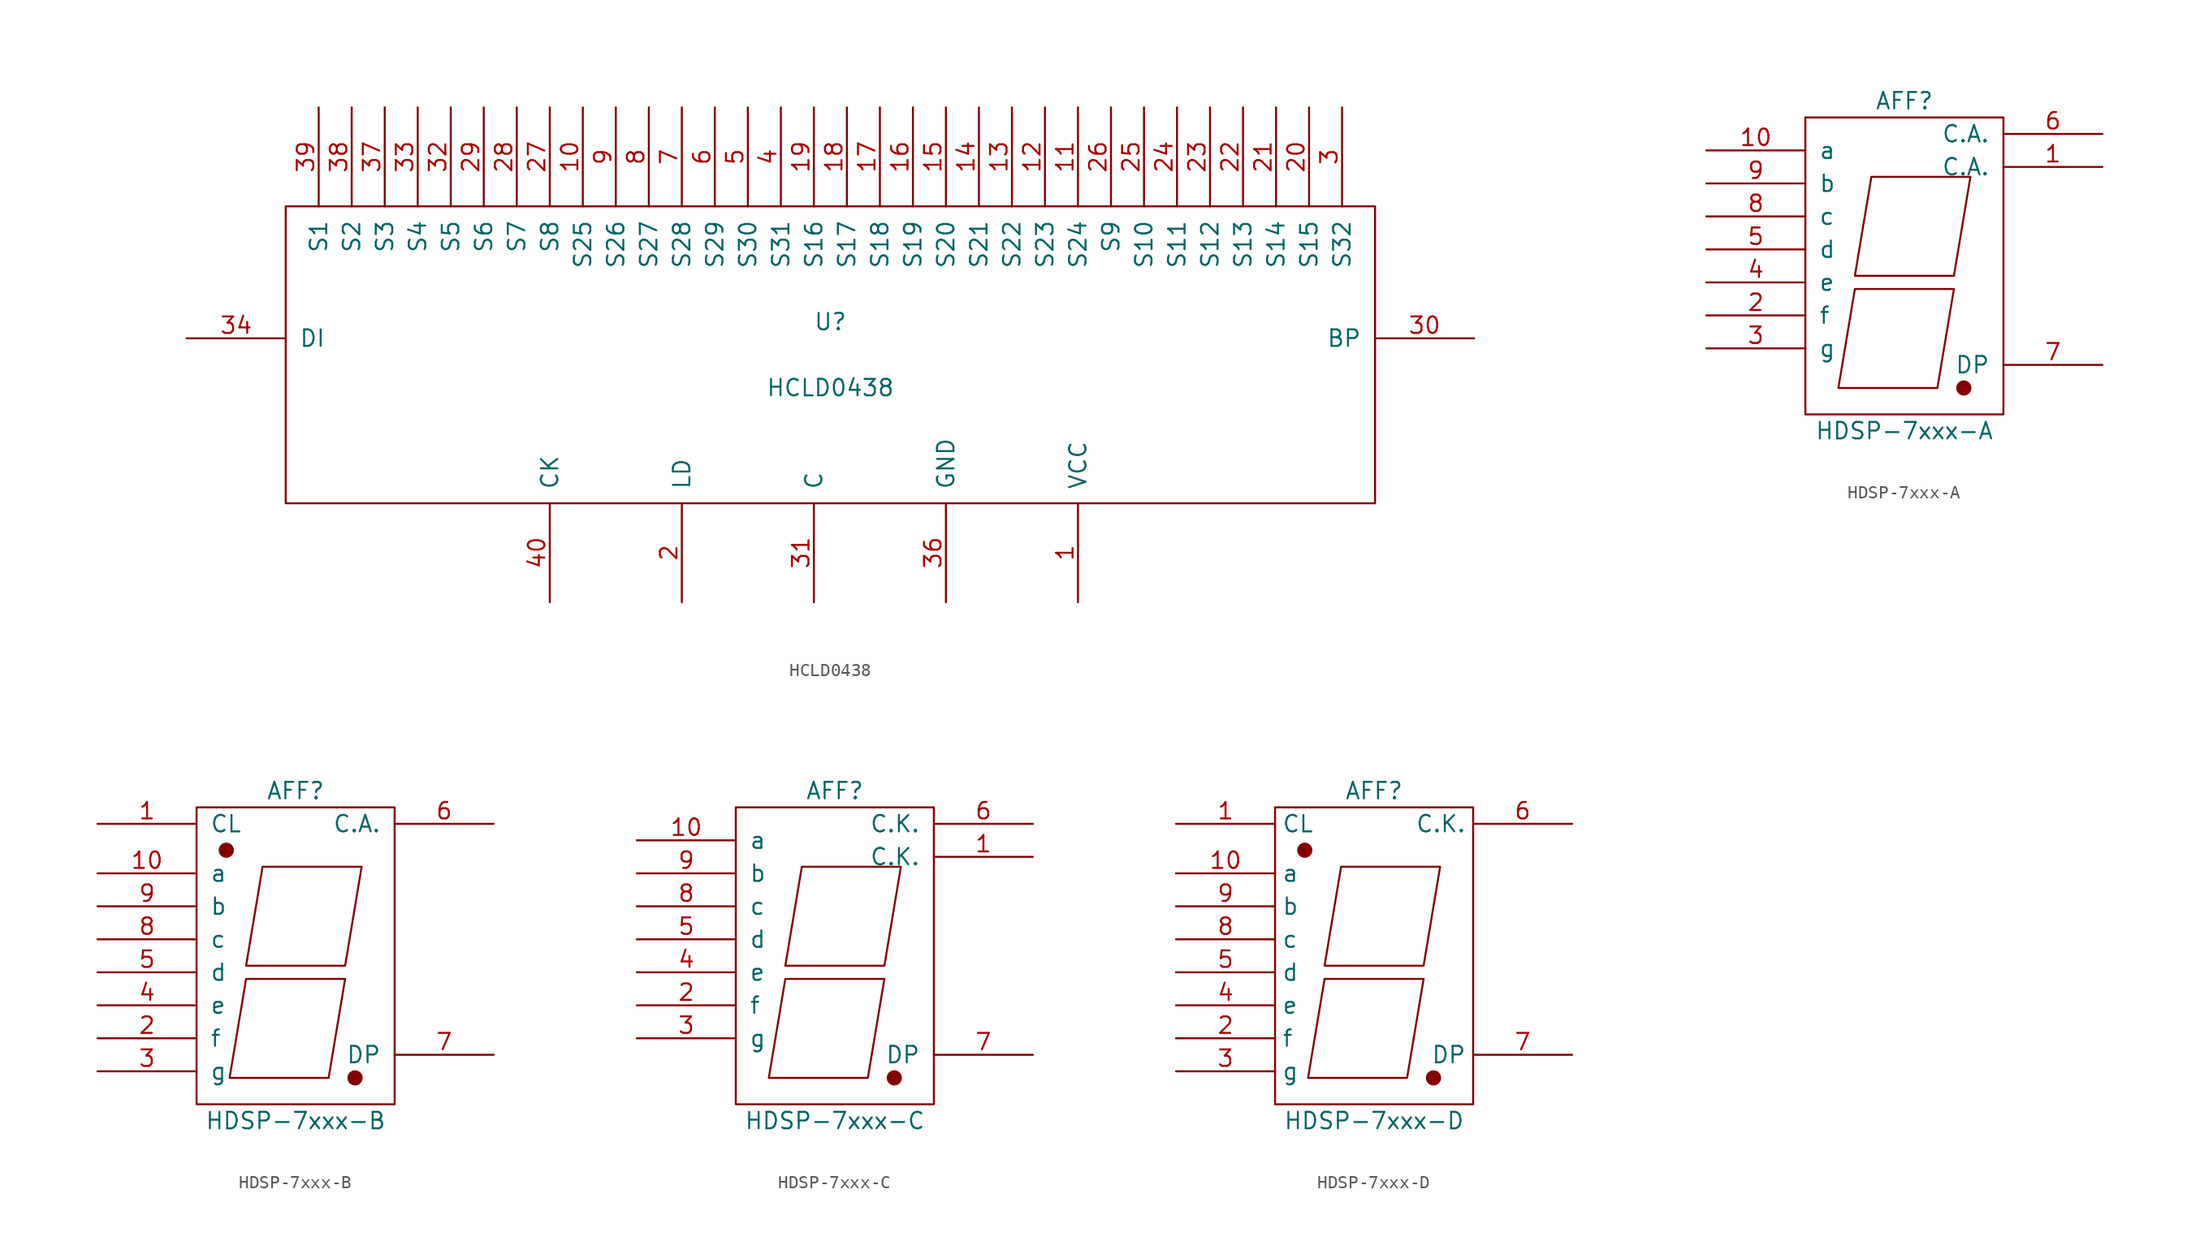
<source format=kicad_sym>
(kicad_symbol_lib
  (version 20231120)
  (generator "kicad_symbol_editor")
  (generator_version "8.0")
  (symbol "HCLD0438"
    (pin_names
      (offset 1.016))
    (property "Reference" "U"
      (at 0 2.54 0)
      (effects (font (size 1.27 1.27))))
    (property "Value" "HCLD0438"
      (at 0 -2.54 0)
      (effects (font (size 1.27 1.27))))
    (symbol "HCLD0438_0_1"
      (rectangle (start -41.91 -11.43) (end 41.91 11.43) (stroke (width 0) (type default)) (fill (type none))))
    (symbol "HCLD0438_1_1"
      (pin input line (at 19.05 -19.05 90) (length 7.62) (name "VCC" (effects (font (size 1.27 1.27)))) (number "1" (effects (font (size 1.27 1.27)))))
      (pin output line (at -19.05 19.05 270) (length 7.62) (name "S25" (effects (font (size 1.27 1.27)))) (number "10" (effects (font (size 1.27 1.27)))))
      (pin output line (at 19.05 19.05 270) (length 7.62) (name "S24" (effects (font (size 1.27 1.27)))) (number "11" (effects (font (size 1.27 1.27)))))
      (pin output line (at 16.51 19.05 270) (length 7.62) (name "S23" (effects (font (size 1.27 1.27)))) (number "12" (effects (font (size 1.27 1.27)))))
      (pin output line (at 13.97 19.05 270) (length 7.62) (name "S22" (effects (font (size 1.27 1.27)))) (number "13" (effects (font (size 1.27 1.27)))))
      (pin output line (at 11.43 19.05 270) (length 7.62) (name "S21" (effects (font (size 1.27 1.27)))) (number "14" (effects (font (size 1.27 1.27)))))
      (pin output line (at 8.89 19.05 270) (length 7.62) (name "S20" (effects (font (size 1.27 1.27)))) (number "15" (effects (font (size 1.27 1.27)))))
      (pin output line (at 6.35 19.05 270) (length 7.62) (name "S19" (effects (font (size 1.27 1.27)))) (number "16" (effects (font (size 1.27 1.27)))))
      (pin output line (at 3.81 19.05 270) (length 7.62) (name "S18" (effects (font (size 1.27 1.27)))) (number "17" (effects (font (size 1.27 1.27)))))
      (pin output line (at 1.27 19.05 270) (length 7.62) (name "S17" (effects (font (size 1.27 1.27)))) (number "18" (effects (font (size 1.27 1.27)))))
      (pin output line (at -1.27 19.05 270) (length 7.62) (name "S16" (effects (font (size 1.27 1.27)))) (number "19" (effects (font (size 1.27 1.27)))))
      (pin input line (at -11.43 -19.05 90) (length 7.62) (name "LD" (effects (font (size 1.27 1.27)))) (number "2" (effects (font (size 1.27 1.27)))))
      (pin output line (at 36.83 19.05 270) (length 7.62) (name "S15" (effects (font (size 1.27 1.27)))) (number "20" (effects (font (size 1.27 1.27)))))
      (pin output line (at 34.29 19.05 270) (length 7.62) (name "S14" (effects (font (size 1.27 1.27)))) (number "21" (effects (font (size 1.27 1.27)))))
      (pin output line (at 31.75 19.05 270) (length 7.62) (name "S13" (effects (font (size 1.27 1.27)))) (number "22" (effects (font (size 1.27 1.27)))))
      (pin output line (at 29.21 19.05 270) (length 7.62) (name "S12" (effects (font (size 1.27 1.27)))) (number "23" (effects (font (size 1.27 1.27)))))
      (pin output line (at 26.67 19.05 270) (length 7.62) (name "S11" (effects (font (size 1.27 1.27)))) (number "24" (effects (font (size 1.27 1.27)))))
      (pin output line (at 24.13 19.05 270) (length 7.62) (name "S10" (effects (font (size 1.27 1.27)))) (number "25" (effects (font (size 1.27 1.27)))))
      (pin output line (at 21.59 19.05 270) (length 7.62) (name "S9" (effects (font (size 1.27 1.27)))) (number "26" (effects (font (size 1.27 1.27)))))
      (pin output line (at -21.59 19.05 270) (length 7.62) (name "S8" (effects (font (size 1.27 1.27)))) (number "27" (effects (font (size 1.27 1.27)))))
      (pin output line (at -24.13 19.05 270) (length 7.62) (name "S7" (effects (font (size 1.27 1.27)))) (number "28" (effects (font (size 1.27 1.27)))))
      (pin output line (at -26.67 19.05 270) (length 7.62) (name "S6" (effects (font (size 1.27 1.27)))) (number "29" (effects (font (size 1.27 1.27)))))
      (pin output line (at 39.37 19.05 270) (length 7.62) (name "S32" (effects (font (size 1.27 1.27)))) (number "3" (effects (font (size 1.27 1.27)))))
      (pin output line (at 49.53 1.27 180) (length 7.62) (name "BP" (effects (font (size 1.27 1.27)))) (number "30" (effects (font (size 1.27 1.27)))))
      (pin input line (at -1.27 -19.05 90) (length 7.62) (name "C" (effects (font (size 1.27 1.27)))) (number "31" (effects (font (size 1.27 1.27)))))
      (pin output line (at -29.21 19.05 270) (length 7.62) (name "S5" (effects (font (size 1.27 1.27)))) (number "32" (effects (font (size 1.27 1.27)))))
      (pin output line (at -31.75 19.05 270) (length 7.62) (name "S4" (effects (font (size 1.27 1.27)))) (number "33" (effects (font (size 1.27 1.27)))))
      (pin input line (at -49.53 1.27 0) (length 7.62) (name "DI" (effects (font (size 1.27 1.27)))) (number "34" (effects (font (size 1.27 1.27)))))
      (pin input line (at 8.89 -19.05 90) (length 7.62) (name "GND" (effects (font (size 1.27 1.27)))) (number "36" (effects (font (size 1.27 1.27)))))
      (pin output line (at -34.29 19.05 270) (length 7.62) (name "S3" (effects (font (size 1.27 1.27)))) (number "37" (effects (font (size 1.27 1.27)))))
      (pin output line (at -36.83 19.05 270) (length 7.62) (name "S2" (effects (font (size 1.27 1.27)))) (number "38" (effects (font (size 1.27 1.27)))))
      (pin output line (at -39.37 19.05 270) (length 7.62) (name "S1" (effects (font (size 1.27 1.27)))) (number "39" (effects (font (size 1.27 1.27)))))
      (pin output line (at -3.81 19.05 270) (length 7.62) (name "S31" (effects (font (size 1.27 1.27)))) (number "4" (effects (font (size 1.27 1.27)))))
      (pin input line (at -21.59 -19.05 90) (length 7.62) (name "CK" (effects (font (size 1.27 1.27)))) (number "40" (effects (font (size 1.27 1.27)))))
      (pin output line (at -6.35 19.05 270) (length 7.62) (name "S30" (effects (font (size 1.27 1.27)))) (number "5" (effects (font (size 1.27 1.27)))))
      (pin output line (at -8.89 19.05 270) (length 7.62) (name "S29" (effects (font (size 1.27 1.27)))) (number "6" (effects (font (size 1.27 1.27)))))
      (pin output line (at -11.43 19.05 270) (length 7.62) (name "S28" (effects (font (size 1.27 1.27)))) (number "7" (effects (font (size 1.27 1.27)))))
      (pin output line (at -13.97 19.05 270) (length 7.62) (name "S27" (effects (font (size 1.27 1.27)))) (number "8" (effects (font (size 1.27 1.27)))))
      (pin output line (at -16.51 19.05 270) (length 7.62) (name "S26" (effects (font (size 1.27 1.27)))) (number "9" (effects (font (size 1.27 1.27)))))))
  (symbol "HDSP-7xxx-A"
    (pin_names
      (offset 1.016))
    (property "Reference" "AFF"
      (at 0 13.97 0)
      (effects (font (size 1.27 1.27))))
    (property "Value" "HDSP-7xxx-A"
      (at 0 -11.43 0)
      (effects (font (size 1.27 1.27))))
    (symbol "HDSP-7xxx-A_0_1"
      (rectangle (start -7.62 12.7) (end 7.62 -10.16) (stroke (width 0) (type default)) (fill (type none)))
      (polyline (pts (xy -3.81 -0.508) (xy 3.81 -0.508) (xy 2.54 -8.128) (xy -5.08 -8.128) (xy -3.81 -0.508) (xy -3.81 -0.508)) (stroke (width 0) (type default)) (fill (type none)))
      (polyline (pts (xy -2.54 8.128) (xy 5.08 8.128) (xy 3.81 0.508) (xy -3.81 0.508) (xy -2.54 8.128) (xy -2.54 8.128)) (stroke (width 0) (type default)) (fill (type none)))
      (circle (center 4.572 -8.128) (radius 0.508) (stroke (width 0) (type default)) (fill (type outline))))
    (symbol "HDSP-7xxx-A_1_1"
      (pin passive line (at 15.24 8.89 180) (length 7.62) (name "C.A." (effects (font (size 1.27 1.27)))) (number "1" (effects (font (size 1.27 1.27)))))
      (pin passive line (at -15.24 10.16 0) (length 7.62) (name "a" (effects (font (size 1.27 1.27)))) (number "10" (effects (font (size 1.27 1.27)))))
      (pin passive line (at -15.24 -2.54 0) (length 7.62) (name "f" (effects (font (size 1.27 1.27)))) (number "2" (effects (font (size 1.27 1.27)))))
      (pin passive line (at -15.24 -5.08 0) (length 7.62) (name "g" (effects (font (size 1.27 1.27)))) (number "3" (effects (font (size 1.27 1.27)))))
      (pin passive line (at -15.24 0 0) (length 7.62) (name "e" (effects (font (size 1.27 1.27)))) (number "4" (effects (font (size 1.27 1.27)))))
      (pin passive line (at -15.24 2.54 0) (length 7.62) (name "d" (effects (font (size 1.27 1.27)))) (number "5" (effects (font (size 1.27 1.27)))))
      (pin passive line (at 15.24 11.43 180) (length 7.62) (name "C.A." (effects (font (size 1.27 1.27)))) (number "6" (effects (font (size 1.27 1.27)))))
      (pin passive line (at 15.24 -6.35 180) (length 7.62) (name "DP" (effects (font (size 1.27 1.27)))) (number "7" (effects (font (size 1.27 1.27)))))
      (pin passive line (at -15.24 5.08 0) (length 7.62) (name "c" (effects (font (size 1.27 1.27)))) (number "8" (effects (font (size 1.27 1.27)))))
      (pin passive line (at -15.24 7.62 0) (length 7.62) (name "b" (effects (font (size 1.27 1.27)))) (number "9" (effects (font (size 1.27 1.27)))))))
  (symbol "HDSP-7xxx-B"
    (pin_names
      (offset 1.016))
    (property "Reference" "AFF"
      (at 0 13.97 0)
      (effects (font (size 1.27 1.27))))
    (property "Value" "HDSP-7xxx-B"
      (at 0 -11.43 0)
      (effects (font (size 1.27 1.27))))
    (symbol "HDSP-7xxx-B_0_1"
      (rectangle (start -7.62 12.7) (end 7.62 -10.16) (stroke (width 0) (type default)) (fill (type none)))
      (circle (center -5.334 9.398) (radius 0.508) (stroke (width 0) (type default)) (fill (type outline)))
      (polyline (pts (xy -3.81 -0.508) (xy 3.81 -0.508) (xy 2.54 -8.128) (xy -5.08 -8.128) (xy -3.81 -0.508) (xy -3.81 -0.508)) (stroke (width 0) (type default)) (fill (type none)))
      (polyline (pts (xy -2.54 8.128) (xy 5.08 8.128) (xy 3.81 0.508) (xy -3.81 0.508) (xy -2.54 8.128) (xy -2.54 8.128)) (stroke (width 0) (type default)) (fill (type none)))
      (circle (center 4.572 -8.128) (radius 0.508) (stroke (width 0) (type default)) (fill (type outline))))
    (symbol "HDSP-7xxx-B_1_1"
      (pin passive line (at -15.24 11.43 0) (length 7.62) (name "CL" (effects (font (size 1.27 1.27)))) (number "1" (effects (font (size 1.27 1.27)))))
      (pin passive line (at -15.24 7.62 0) (length 7.62) (name "a" (effects (font (size 1.27 1.27)))) (number "10" (effects (font (size 1.27 1.27)))))
      (pin passive line (at -15.24 -5.08 0) (length 7.62) (name "f" (effects (font (size 1.27 1.27)))) (number "2" (effects (font (size 1.27 1.27)))))
      (pin passive line (at -15.24 -7.62 0) (length 7.62) (name "g" (effects (font (size 1.27 1.27)))) (number "3" (effects (font (size 1.27 1.27)))))
      (pin passive line (at -15.24 -2.54 0) (length 7.62) (name "e" (effects (font (size 1.27 1.27)))) (number "4" (effects (font (size 1.27 1.27)))))
      (pin passive line (at -15.24 0 0) (length 7.62) (name "d" (effects (font (size 1.27 1.27)))) (number "5" (effects (font (size 1.27 1.27)))))
      (pin passive line (at 15.24 11.43 180) (length 7.62) (name "C.A." (effects (font (size 1.27 1.27)))) (number "6" (effects (font (size 1.27 1.27)))))
      (pin passive line (at 15.24 -6.35 180) (length 7.62) (name "DP" (effects (font (size 1.27 1.27)))) (number "7" (effects (font (size 1.27 1.27)))))
      (pin passive line (at -15.24 2.54 0) (length 7.62) (name "c" (effects (font (size 1.27 1.27)))) (number "8" (effects (font (size 1.27 1.27)))))
      (pin passive line (at -15.24 5.08 0) (length 7.62) (name "b" (effects (font (size 1.27 1.27)))) (number "9" (effects (font (size 1.27 1.27)))))))
  (symbol "HDSP-7xxx-C"
    (pin_names
      (offset 1.016))
    (property "Reference" "AFF"
      (at 0 13.97 0)
      (effects (font (size 1.27 1.27))))
    (property "Value" "HDSP-7xxx-C"
      (at 0 -11.43 0)
      (effects (font (size 1.27 1.27))))
    (symbol "HDSP-7xxx-C_0_1"
      (rectangle (start -7.62 12.7) (end 7.62 -10.16) (stroke (width 0) (type default)) (fill (type none)))
      (polyline (pts (xy -3.81 -0.508) (xy 3.81 -0.508) (xy 2.54 -8.128) (xy -5.08 -8.128) (xy -3.81 -0.508) (xy -3.81 -0.508)) (stroke (width 0) (type default)) (fill (type none)))
      (polyline (pts (xy -2.54 8.128) (xy 5.08 8.128) (xy 3.81 0.508) (xy -3.81 0.508) (xy -2.54 8.128) (xy -2.54 8.128)) (stroke (width 0) (type default)) (fill (type none)))
      (circle (center 4.572 -8.128) (radius 0.508) (stroke (width 0) (type default)) (fill (type outline))))
    (symbol "HDSP-7xxx-C_1_1"
      (pin passive line (at 15.24 8.89 180) (length 7.62) (name "C.K." (effects (font (size 1.27 1.27)))) (number "1" (effects (font (size 1.27 1.27)))))
      (pin passive line (at -15.24 10.16 0) (length 7.62) (name "a" (effects (font (size 1.27 1.27)))) (number "10" (effects (font (size 1.27 1.27)))))
      (pin passive line (at -15.24 -2.54 0) (length 7.62) (name "f" (effects (font (size 1.27 1.27)))) (number "2" (effects (font (size 1.27 1.27)))))
      (pin passive line (at -15.24 -5.08 0) (length 7.62) (name "g" (effects (font (size 1.27 1.27)))) (number "3" (effects (font (size 1.27 1.27)))))
      (pin passive line (at -15.24 0 0) (length 7.62) (name "e" (effects (font (size 1.27 1.27)))) (number "4" (effects (font (size 1.27 1.27)))))
      (pin passive line (at -15.24 2.54 0) (length 7.62) (name "d" (effects (font (size 1.27 1.27)))) (number "5" (effects (font (size 1.27 1.27)))))
      (pin passive line (at 15.24 11.43 180) (length 7.62) (name "C.K." (effects (font (size 1.27 1.27)))) (number "6" (effects (font (size 1.27 1.27)))))
      (pin passive line (at 15.24 -6.35 180) (length 7.62) (name "DP" (effects (font (size 1.27 1.27)))) (number "7" (effects (font (size 1.27 1.27)))))
      (pin passive line (at -15.24 5.08 0) (length 7.62) (name "c" (effects (font (size 1.27 1.27)))) (number "8" (effects (font (size 1.27 1.27)))))
      (pin passive line (at -15.24 7.62 0) (length 7.62) (name "b" (effects (font (size 1.27 1.27)))) (number "9" (effects (font (size 1.27 1.27)))))))
  (symbol "HDSP-7xxx-D"
    (property "Reference" "AFF"
      (at 0 13.97 0)
      (effects (font (size 1.27 1.27))))
    (property "Value" "HDSP-7xxx-D"
      (at 0 -11.43 0)
      (effects (font (size 1.27 1.27))))
    (symbol "HDSP-7xxx-D_0_1"
      (rectangle (start -7.62 12.7) (end 7.62 -10.16) (stroke (width 0) (type default)) (fill (type none)))
      (circle (center -5.334 9.398) (radius 0.508) (stroke (width 0) (type default)) (fill (type outline)))
      (polyline (pts (xy -3.81 -0.508) (xy 3.81 -0.508) (xy 2.54 -8.128) (xy -5.08 -8.128) (xy -3.81 -0.508) (xy -3.81 -0.508)) (stroke (width 0) (type default)) (fill (type none)))
      (polyline (pts (xy -2.54 8.128) (xy 5.08 8.128) (xy 3.81 0.508) (xy -3.81 0.508) (xy -2.54 8.128) (xy -2.54 8.128)) (stroke (width 0) (type default)) (fill (type none)))
      (circle (center 4.572 -8.128) (radius 0.508) (stroke (width 0) (type default)) (fill (type outline))))
    (symbol "HDSP-7xxx-D_1_1"
      (pin passive line (at -15.24 11.43 0) (length 7.62) (name "CL" (effects (font (size 1.27 1.27)))) (number "1" (effects (font (size 1.27 1.27)))))
      (pin passive line (at -15.24 7.62 0) (length 7.62) (name "a" (effects (font (size 1.27 1.27)))) (number "10" (effects (font (size 1.27 1.27)))))
      (pin passive line (at -15.24 -5.08 0) (length 7.62) (name "f" (effects (font (size 1.27 1.27)))) (number "2" (effects (font (size 1.27 1.27)))))
      (pin passive line (at -15.24 -7.62 0) (length 7.62) (name "g" (effects (font (size 1.27 1.27)))) (number "3" (effects (font (size 1.27 1.27)))))
      (pin passive line (at -15.24 -2.54 0) (length 7.62) (name "e" (effects (font (size 1.27 1.27)))) (number "4" (effects (font (size 1.27 1.27)))))
      (pin passive line (at -15.24 0 0) (length 7.62) (name "d" (effects (font (size 1.27 1.27)))) (number "5" (effects (font (size 1.27 1.27)))))
      (pin passive line (at 15.24 11.43 180) (length 7.62) (name "C.K." (effects (font (size 1.27 1.27)))) (number "6" (effects (font (size 1.27 1.27)))))
      (pin passive line (at 15.24 -6.35 180) (length 7.62) (name "DP" (effects (font (size 1.27 1.27)))) (number "7" (effects (font (size 1.27 1.27)))))
      (pin passive line (at -15.24 2.54 0) (length 7.62) (name "c" (effects (font (size 1.27 1.27)))) (number "8" (effects (font (size 1.27 1.27)))))
      (pin passive line (at -15.24 5.08 0) (length 7.62) (name "b" (effects (font (size 1.27 1.27)))) (number "9" (effects (font (size 1.27 1.27))))))))
</source>
